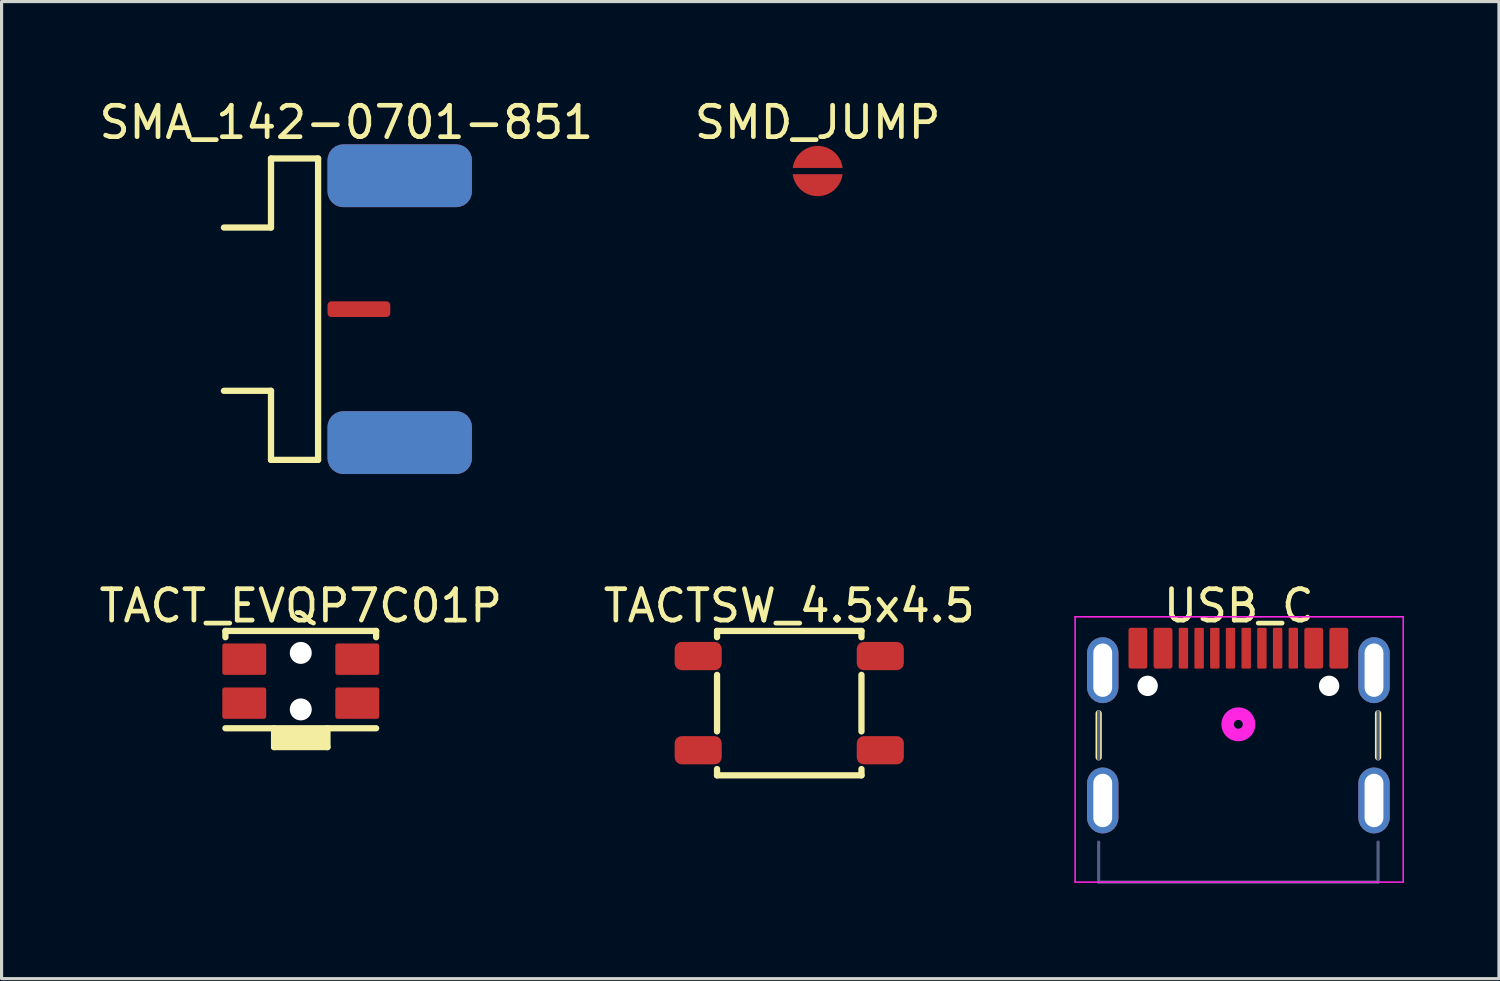
<source format=kicad_pcb>
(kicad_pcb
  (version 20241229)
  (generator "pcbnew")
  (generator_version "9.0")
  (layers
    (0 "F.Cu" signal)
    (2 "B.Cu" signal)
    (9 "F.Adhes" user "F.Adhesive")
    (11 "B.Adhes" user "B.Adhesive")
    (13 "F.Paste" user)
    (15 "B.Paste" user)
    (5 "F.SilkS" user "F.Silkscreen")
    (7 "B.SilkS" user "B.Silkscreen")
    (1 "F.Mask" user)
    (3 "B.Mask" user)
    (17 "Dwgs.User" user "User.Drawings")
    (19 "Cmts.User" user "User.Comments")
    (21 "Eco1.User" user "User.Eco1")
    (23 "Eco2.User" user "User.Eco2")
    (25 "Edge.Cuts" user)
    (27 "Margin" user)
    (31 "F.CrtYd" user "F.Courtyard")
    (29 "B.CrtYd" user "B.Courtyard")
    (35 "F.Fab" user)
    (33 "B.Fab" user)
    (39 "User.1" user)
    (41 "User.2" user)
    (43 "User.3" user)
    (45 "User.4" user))
  (footprint "SMA_142-0701-851"
    (layer "F.Cu")
    (at 8.382 6.798)
    (property "Reference" "SMA_142-0701-851" (at -0.4 -5.95 0) (layer "F.SilkS") (effects (font (size 1 1) (thickness 0.15))))
    (fp_line (start -4.3 -2.6) (end -2.8 -2.6) (stroke (width 0.2) (type solid)) (layer "F.SilkS"))
    (fp_line (start -4.3 2.6) (end -2.8 2.6) (stroke (width 0.2) (type solid)) (layer "F.SilkS"))
    (fp_line (start -2.8 -4.8) (end -1.3 -4.8) (stroke (width 0.2) (type solid)) (layer "F.SilkS"))
    (fp_line (start -2.8 -2.6) (end -2.8 -4.8) (stroke (width 0.2) (type solid)) (layer "F.SilkS"))
    (fp_line (start -2.8 4.8) (end -2.8 2.6) (stroke (width 0.2) (type solid)) (layer "F.SilkS"))
    (fp_line (start -2.8 4.8) (end -1.3 4.8) (stroke (width 0.2) (type solid)) (layer "F.SilkS"))
    (fp_line (start -1.3 4.8) (end -1.3 -4.8) (stroke (width 0.2) (type solid)) (layer "F.SilkS"))
    (fp_line (start -1.3 -5.6) (end 4 -5.6) (stroke (width 0.2) (type solid)) (layer "Eco2.User"))
    (fp_line (start -1.3 5.5) (end -1.3 -5.6) (stroke (width 0.2) (type solid)) (layer "Eco2.User"))
    (fp_line (start -1.3 5.5) (end 4 5.5) (stroke (width 0.2) (type solid)) (layer "Eco2.User"))
    (fp_line (start 4 5.5) (end 4 -5.6) (stroke (width 0.2) (type solid)) (layer "Eco2.User"))
    (pad "1" smd roundrect (at 0 0 90) (size 0.5 2) (layers "F.Cu" "F.Mask" "F.Paste") (roundrect_rratio 0.25))
    (pad "2" smd roundrect (at 1.3 -4.25 90) (size 2 4.6) (layers "F.Cu" "F.Mask" "F.Paste") (roundrect_rratio 0.25))
    (pad "2" smd roundrect (at 1.3 -4.25 90) (size 2 4.6) (layers "B.Cu" "B.Mask" "B.Paste") (roundrect_rratio 0.25))
    (pad "2" smd roundrect (at 1.3 4.25 270) (size 2 4.6) (layers "F.Cu" "F.Mask" "F.Paste") (roundrect_rratio 0.25))
    (pad "2" smd roundrect (at 1.3 4.25 270) (size 2 4.6) (layers "B.Cu" "B.Mask" "B.Paste") (roundrect_rratio 0.25)))
  (footprint "TACTSW_4.5x4.5"
    (layer "F.Cu")
    (at 22.089 19.346)
    (property "Reference" "TACTSW_4.5x4.5" (at 0 -3.1 0) (layer "F.SilkS") (effects (font (size 1 1) (thickness 0.15))))
    (fp_line (start -2.3 -2.3) (end 2.3 -2.3) (stroke (width 0.2) (type solid)) (layer "F.SilkS"))
    (fp_line (start -2.3 -2.1) (end -2.3 -2.3) (stroke (width 0.2) (type solid)) (layer "F.SilkS"))
    (fp_line (start -2.3 0.9) (end -2.3 -0.9) (stroke (width 0.2) (type solid)) (layer "F.SilkS"))
    (fp_line (start -2.3 2.3) (end -2.3 2.1) (stroke (width 0.2) (type solid)) (layer "F.SilkS"))
    (fp_line (start -2.3 2.3) (end 2.3 2.3) (stroke (width 0.2) (type solid)) (layer "F.SilkS"))
    (fp_line (start 2.3 -2.1) (end 2.3 -2.3) (stroke (width 0.2) (type solid)) (layer "F.SilkS"))
    (fp_line (start 2.3 0.9) (end 2.3 -0.9) (stroke (width 0.2) (type solid)) (layer "F.SilkS"))
    (fp_line (start 2.3 2.3) (end 2.3 2.1) (stroke (width 0.2) (type solid)) (layer "F.SilkS"))
    (fp_circle (center 0 0) (end 0 -0.127) (stroke (width 0.254) (type solid)) (fill no) (layer "Eco2.User"))
    (pad "1" smd roundrect (at -2.9 -1.5) (size 1.5 0.9) (layers "F.Cu" "F.Mask" "F.Paste") (roundrect_rratio 0.25))
    (pad "2" smd roundrect (at 2.9 -1.5 180) (size 1.5 0.9) (layers "F.Cu" "F.Mask" "F.Paste") (roundrect_rratio 0.25))
    (pad "3" smd roundrect (at -2.9 1.5) (size 1.5 0.9) (layers "F.Cu" "F.Mask" "F.Paste") (roundrect_rratio 0.25))
    (pad "4" smd roundrect (at 2.9 1.5 180) (size 1.5 0.9) (layers "F.Cu" "F.Mask" "F.Paste") (roundrect_rratio 0.25)))
  (footprint "SMD_JUMP"
    (layer "F.Cu")
    (at 22.994 2.398)
    (property "Reference" "SMD_JUMP" (at 0 -1.55 0) (layer "F.SilkS") (effects (font (size 1 1) (thickness 0.15))))
    (fp_rect (start -0.8 0.075) (end 0.8 -0.075) (stroke (width 0) (type default)) (fill yes) (layer "F.Mask"))
    (fp_circle (center 0 0) (end 0 -0.8) (stroke (width 0.1) (type solid)) (fill no) (layer "F.Mask"))
    (pad "1" smd circle (at 0 -0.45) (size 0.025 0.025) (layers "F.Cu" "F.Mask" "F.Paste"))
    (pad "1" smd custom (at 0.794 -0.1) (size 0.000001 0.000001) (layers "F.Cu" "F.Mask" "F.Paste") (options (anchor circle)) (primitives (gr_poly (pts (xy 0 0) (xy -0.006 -0.048) (xy -0.029 -0.141) (xy -0.064 -0.232) (xy -0.109 -0.317) (xy -0.164 -0.396) (xy -0.228 -0.468) (xy -0.301 -0.532) (xy -0.38 -0.587) (xy -0.466 -0.631) (xy -0.556 -0.665) (xy -0.65 -0.688) (xy -0.745 -0.7) (xy -0.794 -0.7) (xy -0.842 -0.7) (xy -0.938 -0.688) (xy -1.031 -0.665) (xy -1.122 -0.631) (xy -1.207 -0.587) (xy -1.287 -0.532) (xy -1.359 -0.468) (xy -1.423 -0.396) (xy -1.478 -0.317) (xy -1.523 -0.232) (xy -1.558 -0.141) (xy -1.581 -0.048) (xy -1.587 0)) (width 0) (fill yes))))
    (pad "2" smd custom (at -0.794 0.1) (size 0.000001 0.000001) (layers "F.Cu" "F.Mask" "F.Paste") (options (anchor circle)) (primitives (gr_poly (pts (xy 0 0) (xy 0.006 0.048) (xy 0.029 0.141) (xy 0.064 0.232) (xy 0.109 0.317) (xy 0.164 0.396) (xy 0.228 0.468) (xy 0.301 0.532) (xy 0.38 0.587) (xy 0.466 0.631) (xy 0.556 0.665) (xy 0.65 0.688) (xy 0.745 0.7) (xy 0.794 0.7) (xy 0.842 0.7) (xy 0.938 0.688) (xy 1.031 0.665) (xy 1.122 0.631) (xy 1.207 0.587) (xy 1.287 0.532) (xy 1.359 0.468) (xy 1.423 0.396) (xy 1.478 0.317) (xy 1.523 0.232) (xy 1.558 0.141) (xy 1.581 0.048) (xy 1.587 0)) (width 0) (fill yes))))
    (pad "2" smd circle (at 0 0.45) (size 0.025 0.025) (layers "F.Cu" "F.Mask" "F.Paste")))
  (footprint "USB_C"
    (layer "F.Cu")
    (at 36.394 20.021)
    (property "Reference" "USB_C" (at 0.013 -3.775 0) (layer "F.SilkS") (effects (font (size 1 1) (thickness 0.15))))
    (fp_line (start -4.45 1.05) (end -4.45 -0.35) (stroke (width 0.2) (type solid)) (layer "F.SilkS"))
    (fp_line (start 4.45 1.05) (end 4.45 -0.35) (stroke (width 0.2) (type solid)) (layer "F.SilkS"))
    (fp_line (start -5.2 -3.425) (end 5.25 -3.425) (stroke (width 0.05) (type solid)) (layer "F.CrtYd"))
    (fp_line (start -5.2 5.025) (end -5.2 -3.425) (stroke (width 0.05) (type solid)) (layer "F.CrtYd"))
    (fp_line (start -5.2 5.025) (end 5.25 5.025) (stroke (width 0.05) (type solid)) (layer "F.CrtYd"))
    (fp_line (start 5.25 5.025) (end 5.25 -3.425) (stroke (width 0.05) (type solid)) (layer "F.CrtYd"))
    (fp_circle (center 0 0) (end 0 -0.141) (stroke (width 0.4) (type solid)) (fill no) (layer "F.CrtYd"))
    (fp_line (start -4.45 1.1) (end -4.45 -0.4) (stroke (width 0.1) (type solid)) (layer "B.Fab"))
    (fp_line (start -4.45 5.025) (end -4.45 3.75) (stroke (width 0.1) (type solid)) (layer "B.Fab"))
    (fp_line (start -4.45 5.025) (end 4.45 5.025) (stroke (width 0.1) (type solid)) (layer "B.Fab"))
    (fp_line (start 4.45 1.1) (end 4.45 -0.4) (stroke (width 0.1) (type solid)) (layer "B.Fab"))
    (fp_line (start 4.45 5.025) (end 4.45 3.75) (stroke (width 0.1) (type solid)) (layer "B.Fab"))
    (fp_line (start -5.225 5.025) (end 5.25 5.025) (stroke (width 0.1) (type solid)) (layer "User.4"))
    (fp_text_box "" (start -1.9 5.05) (end -1.9 5.05) (margins 0.425 0.425 0.425 0.425) (layer "F.Cu") (effects (font (face "Calibri") (size 0.5 0.5) (thickness 0.254) (bold yes)) (justify left bottom)) (border yes) (stroke (width 0.1) (type default)))
    (pad "" np_thru_hole circle (at -2.89 -1.225 180) (size 0.65 0.65) (drill 0.65) (layers "*.Cu" "*.Mask"))
    (pad "" np_thru_hole circle (at 2.89 -1.225 180) (size 0.65 0.65) (drill 0.65) (layers "*.Cu" "*.Mask"))
    (pad "A1/B12" smd roundrect (at -3.2 -2.425 180) (size 0.6 1.3) (layers "F.Cu" "F.Mask" "F.Paste") (roundrect_rratio 0.125))
    (pad "A4/B9" smd roundrect (at -2.4 -2.425 180) (size 0.6 1.3) (layers "F.Cu" "F.Mask" "F.Paste") (roundrect_rratio 0.125))
    (pad "A5" smd roundrect (at -1.25 -2.425 180) (size 0.3 1.3) (layers "F.Cu" "F.Mask" "F.Paste") (roundrect_rratio 0.125))
    (pad "A6" smd roundrect (at -0.25 -2.425 180) (size 0.3 1.3) (layers "F.Cu" "F.Mask" "F.Paste") (roundrect_rratio 0.125))
    (pad "A7" smd roundrect (at 0.25 -2.425 180) (size 0.3 1.3) (layers "F.Cu" "F.Mask" "F.Paste") (roundrect_rratio 0.125))
    (pad "A8" smd roundrect (at 1.25 -2.425 180) (size 0.3 1.3) (layers "F.Cu" "F.Mask" "F.Paste") (roundrect_rratio 0.125))
    (pad "B1/A12" smd roundrect (at 3.2 -2.425 180) (size 0.6 1.3) (layers "F.Cu" "F.Mask" "F.Paste") (roundrect_rratio 0.125))
    (pad "B4/A9" smd roundrect (at 2.4 -2.425 180) (size 0.6 1.3) (layers "F.Cu" "F.Mask" "F.Paste") (roundrect_rratio 0.125))
    (pad "B5" smd roundrect (at 1.75 -2.425 180) (size 0.3 1.3) (layers "F.Cu" "F.Mask" "F.Paste") (roundrect_rratio 0.125))
    (pad "B6" smd roundrect (at 0.75 -2.425 180) (size 0.3 1.3) (layers "F.Cu" "F.Mask" "F.Paste") (roundrect_rratio 0.125))
    (pad "B7" smd roundrect (at -0.75 -2.425 180) (size 0.3 1.3) (layers "F.Cu" "F.Mask" "F.Paste") (roundrect_rratio 0.125))
    (pad "B8" smd roundrect (at -1.75 -2.425 180) (size 0.3 1.3) (layers "F.Cu" "F.Mask" "F.Paste") (roundrect_rratio 0.125))
    (pad "SH1" thru_hole roundrect (at 4.32 -1.725 270) (size 2.1 1) (drill oval 1.7 0.6) (layers "*.Cu" "*.Mask") (roundrect_rratio 0.5))
    (pad "SH2" thru_hole roundrect (at 4.32 2.425 270) (size 2.1 1) (drill oval 1.7 0.6) (layers "*.Cu" "*.Mask") (roundrect_rratio 0.5))
    (pad "SH3" thru_hole roundrect (at -4.32 -1.725 270) (size 2.1 1) (drill oval 1.7 0.6) (layers "*.Cu" "*.Mask") (roundrect_rratio 0.5))
    (pad "SH4" thru_hole roundrect (at -4.32 2.425 270) (size 2.1 1) (drill oval 1.7 0.6) (layers "*.Cu" "*.Mask") (roundrect_rratio 0.5)))
  (footprint "TACT_EVQP7C01P"
    (layer "F.Cu")
    (at 6.53 18.646)
    (property "Reference" "TACT_EVQP7C01P" (at 0 -2.4 0) (layer "F.SilkS") (effects (font (size 1 1) (thickness 0.15))))
    (fp_line (start -2.4 -1.6) (end 2.4 -1.6) (stroke (width 0.2) (type solid)) (layer "F.SilkS"))
    (fp_line (start -2.4 -1.4) (end -2.4 -1.6) (stroke (width 0.2) (type solid)) (layer "F.SilkS"))
    (fp_line (start -2.4 1.5) (end 2.4 1.5) (stroke (width 0.2) (type solid)) (layer "F.SilkS"))
    (fp_line (start -0.85 2.1) (end -0.85 1.5) (stroke (width 0.2) (type solid)) (layer "F.SilkS"))
    (fp_line (start -0.85 2.1) (end 0.85 2.1) (stroke (width 0.2) (type solid)) (layer "F.SilkS"))
    (fp_line (start 0.85 2.1) (end 0.85 1.5) (stroke (width 0.2) (type solid)) (layer "F.SilkS"))
    (fp_line (start 2.4 -1.4) (end 2.4 -1.6) (stroke (width 0.2) (type solid)) (layer "F.SilkS"))
    (fp_rect (start -0.875 2.1) (end 0.85 1.55) (stroke (width 0) (type default)) (fill yes) (layer "F.SilkS"))
    (fp_line (start -2.8 -1.8) (end 2.8 -1.8) (stroke (width 0.1) (type solid)) (layer "Eco2.User"))
    (fp_line (start -2.8 1.5) (end -2.8 -1.8) (stroke (width 0.1) (type solid)) (layer "Eco2.User"))
    (fp_line (start -2.8 1.5) (end 2.8 1.5) (stroke (width 0.1) (type solid)) (layer "Eco2.User"))
    (fp_line (start 2.8 1.5) (end 2.8 -1.8) (stroke (width 0.1) (type solid)) (layer "Eco2.User"))
    (fp_circle (center 0 0) (end 0 -0.1) (stroke (width 0.4) (type solid)) (fill no) (layer "Eco2.User"))
    (pad "" np_thru_hole circle (at 0 -0.9 180) (size 0.7 0.7) (drill 0.7) (layers "*.Cu" "*.Mask"))
    (pad "" np_thru_hole circle (at 0 0.9) (size 0.7 0.7) (drill 0.7) (layers "*.Cu" "*.Mask"))
    (pad "1" smd roundrect (at -1.8 -0.7) (size 1.4 1) (layers "F.Cu" "F.Mask" "F.Paste") (roundrect_rratio 0.075))
    (pad "1'" smd roundrect (at 1.8 -0.7 180) (size 1.4 1) (layers "F.Cu" "F.Mask" "F.Paste") (roundrect_rratio 0.075))
    (pad "2" smd roundrect (at -1.8 0.7) (size 1.4 1) (layers "F.Cu" "F.Mask" "F.Paste") (roundrect_rratio 0.075))
    (pad "2'" smd roundrect (at 1.8 0.7 180) (size 1.4 1) (layers "F.Cu" "F.Mask" "F.Paste") (roundrect_rratio 0.075)))
  (gr_rect
    (start -3 -3)
    (end 44.694 28.121)
    (stroke (width 0.1) (type default))
    (fill no)
    (layer "Edge.Cuts")))
</source>
